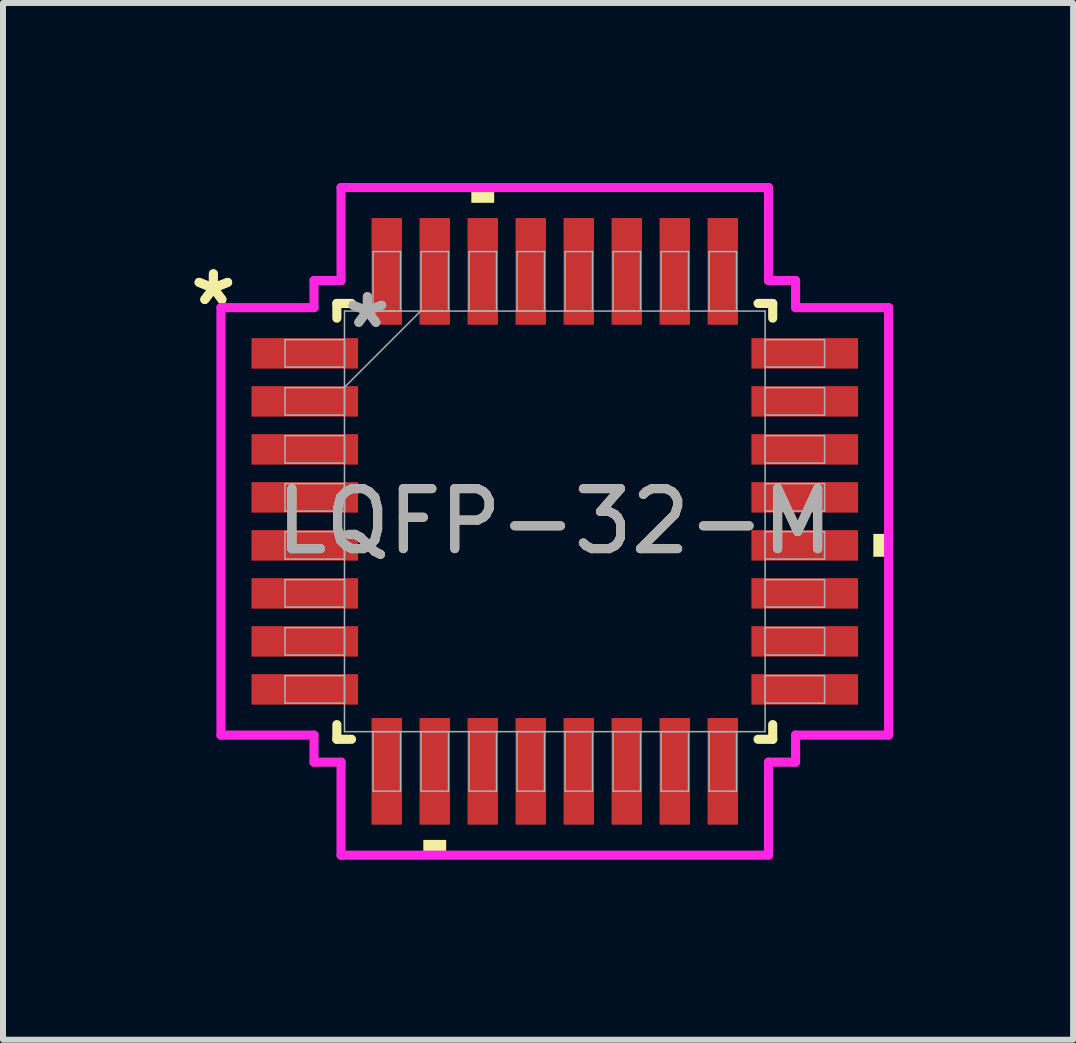
<source format=kicad_pcb>
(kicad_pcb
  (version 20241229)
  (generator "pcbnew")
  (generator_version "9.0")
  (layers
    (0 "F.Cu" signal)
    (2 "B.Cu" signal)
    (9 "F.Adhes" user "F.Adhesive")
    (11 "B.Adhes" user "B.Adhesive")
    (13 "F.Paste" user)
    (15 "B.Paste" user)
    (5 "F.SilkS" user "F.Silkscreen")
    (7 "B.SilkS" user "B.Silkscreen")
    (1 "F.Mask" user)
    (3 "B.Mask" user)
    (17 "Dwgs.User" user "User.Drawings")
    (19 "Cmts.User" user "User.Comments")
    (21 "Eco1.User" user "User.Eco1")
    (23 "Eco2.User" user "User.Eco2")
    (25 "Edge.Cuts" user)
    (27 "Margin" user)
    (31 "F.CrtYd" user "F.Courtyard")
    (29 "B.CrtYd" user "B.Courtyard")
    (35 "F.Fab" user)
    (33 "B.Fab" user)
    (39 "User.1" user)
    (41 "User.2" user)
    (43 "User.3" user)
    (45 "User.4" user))
  (footprint "LQFP-32-M"
    (layer "F.Cu")
    (at 6.196 5.639)
    (property "Reference" "LQFP-32-M" (at 0 0 0) (unlocked yes) (layer "F.SilkS") (effects (font (size 1 1) (thickness 0.15))))
    (attr smd)
    (fp_line (start -3.632 -3.632) (end -3.632 -3.387) (stroke (width 0.152) (type solid)) (layer "F.SilkS"))
    (fp_line (start -3.632 3.387) (end -3.632 3.632) (stroke (width 0.152) (type solid)) (layer "F.SilkS"))
    (fp_line (start -3.632 3.632) (end -3.387 3.632) (stroke (width 0.152) (type solid)) (layer "F.SilkS"))
    (fp_line (start -3.387 -3.632) (end -3.632 -3.632) (stroke (width 0.152) (type solid)) (layer "F.SilkS"))
    (fp_line (start 3.387 3.632) (end 3.632 3.632) (stroke (width 0.152) (type solid)) (layer "F.SilkS"))
    (fp_line (start 3.632 -3.632) (end 3.387 -3.632) (stroke (width 0.152) (type solid)) (layer "F.SilkS"))
    (fp_line (start 3.632 -3.387) (end 3.632 -3.632) (stroke (width 0.152) (type solid)) (layer "F.SilkS"))
    (fp_line (start 3.632 3.632) (end 3.632 3.387) (stroke (width 0.152) (type solid)) (layer "F.SilkS"))
    (fp_poly (pts (xy -2.191 5.309) (xy -2.191 5.563) (xy -1.81 5.563) (xy -1.81 5.309)) (stroke (width 0) (type solid)) (fill yes) (layer "F.SilkS"))
    (fp_poly (pts (xy -1.391 -5.309) (xy -1.391 -5.563) (xy -1.01 -5.563) (xy -1.01 -5.309)) (stroke (width 0) (type solid)) (fill yes) (layer "F.SilkS"))
    (fp_poly (pts (xy 5.563 0.209) (xy 5.563 0.59) (xy 5.309 0.59) (xy 5.309 0.209)) (stroke (width 0) (type solid)) (fill yes) (layer "F.SilkS"))
    (fp_line (start -5.563 -3.562) (end -4.013 -3.562) (stroke (width 0.152) (type solid)) (layer "F.CrtYd"))
    (fp_line (start -5.563 3.562) (end -5.563 -3.562) (stroke (width 0.152) (type solid)) (layer "F.CrtYd"))
    (fp_line (start -4.013 -4.013) (end -3.562 -4.013) (stroke (width 0.152) (type solid)) (layer "F.CrtYd"))
    (fp_line (start -4.013 -3.562) (end -4.013 -4.013) (stroke (width 0.152) (type solid)) (layer "F.CrtYd"))
    (fp_line (start -4.013 3.562) (end -5.563 3.562) (stroke (width 0.152) (type solid)) (layer "F.CrtYd"))
    (fp_line (start -4.013 4.013) (end -4.013 3.562) (stroke (width 0.152) (type solid)) (layer "F.CrtYd"))
    (fp_line (start -4.013 4.013) (end -3.562 4.013) (stroke (width 0.152) (type solid)) (layer "F.CrtYd"))
    (fp_line (start -3.562 -5.563) (end 3.562 -5.563) (stroke (width 0.152) (type solid)) (layer "F.CrtYd"))
    (fp_line (start -3.562 -4.013) (end -3.562 -5.563) (stroke (width 0.152) (type solid)) (layer "F.CrtYd"))
    (fp_line (start -3.562 4.013) (end -3.562 5.563) (stroke (width 0.152) (type solid)) (layer "F.CrtYd"))
    (fp_line (start -3.562 5.563) (end 3.562 5.563) (stroke (width 0.152) (type solid)) (layer "F.CrtYd"))
    (fp_line (start 3.562 -5.563) (end 3.562 -4.013) (stroke (width 0.152) (type solid)) (layer "F.CrtYd"))
    (fp_line (start 3.562 -4.013) (end 4.013 -4.013) (stroke (width 0.152) (type solid)) (layer "F.CrtYd"))
    (fp_line (start 3.562 4.013) (end 4.013 4.013) (stroke (width 0.152) (type solid)) (layer "F.CrtYd"))
    (fp_line (start 3.562 5.563) (end 3.562 4.013) (stroke (width 0.152) (type solid)) (layer "F.CrtYd"))
    (fp_line (start 4.013 -3.562) (end 4.013 -4.013) (stroke (width 0.152) (type solid)) (layer "F.CrtYd"))
    (fp_line (start 4.013 3.562) (end 5.563 3.562) (stroke (width 0.152) (type solid)) (layer "F.CrtYd"))
    (fp_line (start 4.013 4.013) (end 4.013 3.562) (stroke (width 0.152) (type solid)) (layer "F.CrtYd"))
    (fp_line (start 5.563 -3.562) (end 4.013 -3.562) (stroke (width 0.152) (type solid)) (layer "F.CrtYd"))
    (fp_line (start 5.563 3.562) (end 5.563 -3.562) (stroke (width 0.152) (type solid)) (layer "F.CrtYd"))
    (fp_line (start -4.496 -3.029) (end -4.496 -2.571) (stroke (width 0.025) (type solid)) (layer "F.Fab"))
    (fp_line (start -4.496 -2.571) (end -3.505 -2.571) (stroke (width 0.025) (type solid)) (layer "F.Fab"))
    (fp_line (start -4.496 -2.229) (end -4.496 -1.771) (stroke (width 0.025) (type solid)) (layer "F.Fab"))
    (fp_line (start -4.496 -1.771) (end -3.505 -1.771) (stroke (width 0.025) (type solid)) (layer "F.Fab"))
    (fp_line (start -4.496 -1.429) (end -4.496 -0.971) (stroke (width 0.025) (type solid)) (layer "F.Fab"))
    (fp_line (start -4.496 -0.971) (end -3.505 -0.971) (stroke (width 0.025) (type solid)) (layer "F.Fab"))
    (fp_line (start -4.496 -0.629) (end -4.496 -0.171) (stroke (width 0.025) (type solid)) (layer "F.Fab"))
    (fp_line (start -4.496 -0.171) (end -3.505 -0.171) (stroke (width 0.025) (type solid)) (layer "F.Fab"))
    (fp_line (start -4.496 0.171) (end -4.496 0.629) (stroke (width 0.025) (type solid)) (layer "F.Fab"))
    (fp_line (start -4.496 0.629) (end -3.505 0.629) (stroke (width 0.025) (type solid)) (layer "F.Fab"))
    (fp_line (start -4.496 0.971) (end -4.496 1.429) (stroke (width 0.025) (type solid)) (layer "F.Fab"))
    (fp_line (start -4.496 1.429) (end -3.505 1.429) (stroke (width 0.025) (type solid)) (layer "F.Fab"))
    (fp_line (start -4.496 1.771) (end -4.496 2.229) (stroke (width 0.025) (type solid)) (layer "F.Fab"))
    (fp_line (start -4.496 2.229) (end -3.505 2.229) (stroke (width 0.025) (type solid)) (layer "F.Fab"))
    (fp_line (start -4.496 2.571) (end -4.496 3.029) (stroke (width 0.025) (type solid)) (layer "F.Fab"))
    (fp_line (start -4.496 3.029) (end -3.505 3.029) (stroke (width 0.025) (type solid)) (layer "F.Fab"))
    (fp_line (start -3.505 -3.505) (end -3.505 3.505) (stroke (width 0.025) (type solid)) (layer "F.Fab"))
    (fp_line (start -3.505 -3.029) (end -4.496 -3.029) (stroke (width 0.025) (type solid)) (layer "F.Fab"))
    (fp_line (start -3.505 -2.571) (end -3.505 -3.029) (stroke (width 0.025) (type solid)) (layer "F.Fab"))
    (fp_line (start -3.505 -2.235) (end -2.235 -3.505) (stroke (width 0.025) (type solid)) (layer "F.Fab"))
    (fp_line (start -3.505 -2.229) (end -4.496 -2.229) (stroke (width 0.025) (type solid)) (layer "F.Fab"))
    (fp_line (start -3.505 -1.771) (end -3.505 -2.229) (stroke (width 0.025) (type solid)) (layer "F.Fab"))
    (fp_line (start -3.505 -1.429) (end -4.496 -1.429) (stroke (width 0.025) (type solid)) (layer "F.Fab"))
    (fp_line (start -3.505 -0.971) (end -3.505 -1.429) (stroke (width 0.025) (type solid)) (layer "F.Fab"))
    (fp_line (start -3.505 -0.629) (end -4.496 -0.629) (stroke (width 0.025) (type solid)) (layer "F.Fab"))
    (fp_line (start -3.505 -0.171) (end -3.505 -0.629) (stroke (width 0.025) (type solid)) (layer "F.Fab"))
    (fp_line (start -3.505 0.171) (end -4.496 0.171) (stroke (width 0.025) (type solid)) (layer "F.Fab"))
    (fp_line (start -3.505 0.629) (end -3.505 0.171) (stroke (width 0.025) (type solid)) (layer "F.Fab"))
    (fp_line (start -3.505 0.971) (end -4.496 0.971) (stroke (width 0.025) (type solid)) (layer "F.Fab"))
    (fp_line (start -3.505 1.429) (end -3.505 0.971) (stroke (width 0.025) (type solid)) (layer "F.Fab"))
    (fp_line (start -3.505 1.771) (end -4.496 1.771) (stroke (width 0.025) (type solid)) (layer "F.Fab"))
    (fp_line (start -3.505 2.229) (end -3.505 1.771) (stroke (width 0.025) (type solid)) (layer "F.Fab"))
    (fp_line (start -3.505 2.571) (end -4.496 2.571) (stroke (width 0.025) (type solid)) (layer "F.Fab"))
    (fp_line (start -3.505 3.029) (end -3.505 2.571) (stroke (width 0.025) (type solid)) (layer "F.Fab"))
    (fp_line (start -3.505 3.505) (end 3.505 3.505) (stroke (width 0.025) (type solid)) (layer "F.Fab"))
    (fp_line (start -3.029 -4.496) (end -3.029 -3.505) (stroke (width 0.025) (type solid)) (layer "F.Fab"))
    (fp_line (start -3.029 -3.505) (end -2.571 -3.505) (stroke (width 0.025) (type solid)) (layer "F.Fab"))
    (fp_line (start -3.029 3.505) (end -3.029 4.496) (stroke (width 0.025) (type solid)) (layer "F.Fab"))
    (fp_line (start -3.029 4.496) (end -2.571 4.496) (stroke (width 0.025) (type solid)) (layer "F.Fab"))
    (fp_line (start -2.571 -4.496) (end -3.029 -4.496) (stroke (width 0.025) (type solid)) (layer "F.Fab"))
    (fp_line (start -2.571 -3.505) (end -2.571 -4.496) (stroke (width 0.025) (type solid)) (layer "F.Fab"))
    (fp_line (start -2.571 3.505) (end -3.029 3.505) (stroke (width 0.025) (type solid)) (layer "F.Fab"))
    (fp_line (start -2.571 4.496) (end -2.571 3.505) (stroke (width 0.025) (type solid)) (layer "F.Fab"))
    (fp_line (start -2.229 -4.496) (end -2.229 -3.505) (stroke (width 0.025) (type solid)) (layer "F.Fab"))
    (fp_line (start -2.229 -3.505) (end -1.771 -3.505) (stroke (width 0.025) (type solid)) (layer "F.Fab"))
    (fp_line (start -2.229 3.505) (end -2.229 4.496) (stroke (width 0.025) (type solid)) (layer "F.Fab"))
    (fp_line (start -2.229 4.496) (end -1.771 4.496) (stroke (width 0.025) (type solid)) (layer "F.Fab"))
    (fp_line (start -1.771 -4.496) (end -2.229 -4.496) (stroke (width 0.025) (type solid)) (layer "F.Fab"))
    (fp_line (start -1.771 -3.505) (end -1.771 -4.496) (stroke (width 0.025) (type solid)) (layer "F.Fab"))
    (fp_line (start -1.771 3.505) (end -2.229 3.505) (stroke (width 0.025) (type solid)) (layer "F.Fab"))
    (fp_line (start -1.771 4.496) (end -1.771 3.505) (stroke (width 0.025) (type solid)) (layer "F.Fab"))
    (fp_line (start -1.429 -4.496) (end -1.429 -3.505) (stroke (width 0.025) (type solid)) (layer "F.Fab"))
    (fp_line (start -1.429 -3.505) (end -0.971 -3.505) (stroke (width 0.025) (type solid)) (layer "F.Fab"))
    (fp_line (start -1.429 3.505) (end -1.429 4.496) (stroke (width 0.025) (type solid)) (layer "F.Fab"))
    (fp_line (start -1.429 4.496) (end -0.971 4.496) (stroke (width 0.025) (type solid)) (layer "F.Fab"))
    (fp_line (start -0.971 -4.496) (end -1.429 -4.496) (stroke (width 0.025) (type solid)) (layer "F.Fab"))
    (fp_line (start -0.971 -3.505) (end -0.971 -4.496) (stroke (width 0.025) (type solid)) (layer "F.Fab"))
    (fp_line (start -0.971 3.505) (end -1.429 3.505) (stroke (width 0.025) (type solid)) (layer "F.Fab"))
    (fp_line (start -0.971 4.496) (end -0.971 3.505) (stroke (width 0.025) (type solid)) (layer "F.Fab"))
    (fp_line (start -0.629 -4.496) (end -0.629 -3.505) (stroke (width 0.025) (type solid)) (layer "F.Fab"))
    (fp_line (start -0.629 -3.505) (end -0.171 -3.505) (stroke (width 0.025) (type solid)) (layer "F.Fab"))
    (fp_line (start -0.629 3.505) (end -0.629 4.496) (stroke (width 0.025) (type solid)) (layer "F.Fab"))
    (fp_line (start -0.629 4.496) (end -0.171 4.496) (stroke (width 0.025) (type solid)) (layer "F.Fab"))
    (fp_line (start -0.171 -4.496) (end -0.629 -4.496) (stroke (width 0.025) (type solid)) (layer "F.Fab"))
    (fp_line (start -0.171 -3.505) (end -0.171 -4.496) (stroke (width 0.025) (type solid)) (layer "F.Fab"))
    (fp_line (start -0.171 3.505) (end -0.629 3.505) (stroke (width 0.025) (type solid)) (layer "F.Fab"))
    (fp_line (start -0.171 4.496) (end -0.171 3.505) (stroke (width 0.025) (type solid)) (layer "F.Fab"))
    (fp_line (start 0.171 -4.496) (end 0.171 -3.505) (stroke (width 0.025) (type solid)) (layer "F.Fab"))
    (fp_line (start 0.171 -3.505) (end 0.629 -3.505) (stroke (width 0.025) (type solid)) (layer "F.Fab"))
    (fp_line (start 0.171 3.505) (end 0.171 4.496) (stroke (width 0.025) (type solid)) (layer "F.Fab"))
    (fp_line (start 0.171 4.496) (end 0.629 4.496) (stroke (width 0.025) (type solid)) (layer "F.Fab"))
    (fp_line (start 0.629 -4.496) (end 0.171 -4.496) (stroke (width 0.025) (type solid)) (layer "F.Fab"))
    (fp_line (start 0.629 -3.505) (end 0.629 -4.496) (stroke (width 0.025) (type solid)) (layer "F.Fab"))
    (fp_line (start 0.629 3.505) (end 0.171 3.505) (stroke (width 0.025) (type solid)) (layer "F.Fab"))
    (fp_line (start 0.629 4.496) (end 0.629 3.505) (stroke (width 0.025) (type solid)) (layer "F.Fab"))
    (fp_line (start 0.971 -4.496) (end 0.971 -3.505) (stroke (width 0.025) (type solid)) (layer "F.Fab"))
    (fp_line (start 0.971 -3.505) (end 1.429 -3.505) (stroke (width 0.025) (type solid)) (layer "F.Fab"))
    (fp_line (start 0.971 3.505) (end 0.971 4.496) (stroke (width 0.025) (type solid)) (layer "F.Fab"))
    (fp_line (start 0.971 4.496) (end 1.429 4.496) (stroke (width 0.025) (type solid)) (layer "F.Fab"))
    (fp_line (start 1.429 -4.496) (end 0.971 -4.496) (stroke (width 0.025) (type solid)) (layer "F.Fab"))
    (fp_line (start 1.429 -3.505) (end 1.429 -4.496) (stroke (width 0.025) (type solid)) (layer "F.Fab"))
    (fp_line (start 1.429 3.505) (end 0.971 3.505) (stroke (width 0.025) (type solid)) (layer "F.Fab"))
    (fp_line (start 1.429 4.496) (end 1.429 3.505) (stroke (width 0.025) (type solid)) (layer "F.Fab"))
    (fp_line (start 1.771 -4.496) (end 1.771 -3.505) (stroke (width 0.025) (type solid)) (layer "F.Fab"))
    (fp_line (start 1.771 -3.505) (end 2.229 -3.505) (stroke (width 0.025) (type solid)) (layer "F.Fab"))
    (fp_line (start 1.771 3.505) (end 1.771 4.496) (stroke (width 0.025) (type solid)) (layer "F.Fab"))
    (fp_line (start 1.771 4.496) (end 2.229 4.496) (stroke (width 0.025) (type solid)) (layer "F.Fab"))
    (fp_line (start 2.229 -4.496) (end 1.771 -4.496) (stroke (width 0.025) (type solid)) (layer "F.Fab"))
    (fp_line (start 2.229 -3.505) (end 2.229 -4.496) (stroke (width 0.025) (type solid)) (layer "F.Fab"))
    (fp_line (start 2.229 3.505) (end 1.771 3.505) (stroke (width 0.025) (type solid)) (layer "F.Fab"))
    (fp_line (start 2.229 4.496) (end 2.229 3.505) (stroke (width 0.025) (type solid)) (layer "F.Fab"))
    (fp_line (start 2.571 -4.496) (end 2.571 -3.505) (stroke (width 0.025) (type solid)) (layer "F.Fab"))
    (fp_line (start 2.571 -3.505) (end 3.029 -3.505) (stroke (width 0.025) (type solid)) (layer "F.Fab"))
    (fp_line (start 2.571 3.505) (end 2.571 4.496) (stroke (width 0.025) (type solid)) (layer "F.Fab"))
    (fp_line (start 2.571 4.496) (end 3.029 4.496) (stroke (width 0.025) (type solid)) (layer "F.Fab"))
    (fp_line (start 3.029 -4.496) (end 2.571 -4.496) (stroke (width 0.025) (type solid)) (layer "F.Fab"))
    (fp_line (start 3.029 -3.505) (end 3.029 -4.496) (stroke (width 0.025) (type solid)) (layer "F.Fab"))
    (fp_line (start 3.029 3.505) (end 2.571 3.505) (stroke (width 0.025) (type solid)) (layer "F.Fab"))
    (fp_line (start 3.029 4.496) (end 3.029 3.505) (stroke (width 0.025) (type solid)) (layer "F.Fab"))
    (fp_line (start 3.505 -3.505) (end -3.505 -3.505) (stroke (width 0.025) (type solid)) (layer "F.Fab"))
    (fp_line (start 3.505 -3.029) (end 3.505 -2.571) (stroke (width 0.025) (type solid)) (layer "F.Fab"))
    (fp_line (start 3.505 -2.571) (end 4.496 -2.571) (stroke (width 0.025) (type solid)) (layer "F.Fab"))
    (fp_line (start 3.505 -2.229) (end 3.505 -1.771) (stroke (width 0.025) (type solid)) (layer "F.Fab"))
    (fp_line (start 3.505 -1.771) (end 4.496 -1.771) (stroke (width 0.025) (type solid)) (layer "F.Fab"))
    (fp_line (start 3.505 -1.429) (end 3.505 -0.971) (stroke (width 0.025) (type solid)) (layer "F.Fab"))
    (fp_line (start 3.505 -0.971) (end 4.496 -0.971) (stroke (width 0.025) (type solid)) (layer "F.Fab"))
    (fp_line (start 3.505 -0.629) (end 3.505 -0.171) (stroke (width 0.025) (type solid)) (layer "F.Fab"))
    (fp_line (start 3.505 -0.171) (end 4.496 -0.171) (stroke (width 0.025) (type solid)) (layer "F.Fab"))
    (fp_line (start 3.505 0.171) (end 3.505 0.629) (stroke (width 0.025) (type solid)) (layer "F.Fab"))
    (fp_line (start 3.505 0.629) (end 4.496 0.629) (stroke (width 0.025) (type solid)) (layer "F.Fab"))
    (fp_line (start 3.505 0.971) (end 3.505 1.429) (stroke (width 0.025) (type solid)) (layer "F.Fab"))
    (fp_line (start 3.505 1.429) (end 4.496 1.429) (stroke (width 0.025) (type solid)) (layer "F.Fab"))
    (fp_line (start 3.505 1.771) (end 3.505 2.229) (stroke (width 0.025) (type solid)) (layer "F.Fab"))
    (fp_line (start 3.505 2.229) (end 4.496 2.229) (stroke (width 0.025) (type solid)) (layer "F.Fab"))
    (fp_line (start 3.505 2.571) (end 3.505 3.029) (stroke (width 0.025) (type solid)) (layer "F.Fab"))
    (fp_line (start 3.505 3.029) (end 4.496 3.029) (stroke (width 0.025) (type solid)) (layer "F.Fab"))
    (fp_line (start 3.505 3.505) (end 3.505 -3.505) (stroke (width 0.025) (type solid)) (layer "F.Fab"))
    (fp_line (start 4.496 -3.029) (end 3.505 -3.029) (stroke (width 0.025) (type solid)) (layer "F.Fab"))
    (fp_line (start 4.496 -2.571) (end 4.496 -3.029) (stroke (width 0.025) (type solid)) (layer "F.Fab"))
    (fp_line (start 4.496 -2.229) (end 3.505 -2.229) (stroke (width 0.025) (type solid)) (layer "F.Fab"))
    (fp_line (start 4.496 -1.771) (end 4.496 -2.229) (stroke (width 0.025) (type solid)) (layer "F.Fab"))
    (fp_line (start 4.496 -1.429) (end 3.505 -1.429) (stroke (width 0.025) (type solid)) (layer "F.Fab"))
    (fp_line (start 4.496 -0.971) (end 4.496 -1.429) (stroke (width 0.025) (type solid)) (layer "F.Fab"))
    (fp_line (start 4.496 -0.629) (end 3.505 -0.629) (stroke (width 0.025) (type solid)) (layer "F.Fab"))
    (fp_line (start 4.496 -0.171) (end 4.496 -0.629) (stroke (width 0.025) (type solid)) (layer "F.Fab"))
    (fp_line (start 4.496 0.171) (end 3.505 0.171) (stroke (width 0.025) (type solid)) (layer "F.Fab"))
    (fp_line (start 4.496 0.629) (end 4.496 0.171) (stroke (width 0.025) (type solid)) (layer "F.Fab"))
    (fp_line (start 4.496 0.971) (end 3.505 0.971) (stroke (width 0.025) (type solid)) (layer "F.Fab"))
    (fp_line (start 4.496 1.429) (end 4.496 0.971) (stroke (width 0.025) (type solid)) (layer "F.Fab"))
    (fp_line (start 4.496 1.771) (end 3.505 1.771) (stroke (width 0.025) (type solid)) (layer "F.Fab"))
    (fp_line (start 4.496 2.229) (end 4.496 1.771) (stroke (width 0.025) (type solid)) (layer "F.Fab"))
    (fp_line (start 4.496 2.571) (end 3.505 2.571) (stroke (width 0.025) (type solid)) (layer "F.Fab"))
    (fp_line (start 4.496 3.029) (end 4.496 2.571) (stroke (width 0.025) (type solid)) (layer "F.Fab"))
    (fp_text user "*" (at -5.69 -3.581 0) (layer "F.SilkS") (effects (font (size 1 1) (thickness 0.15))))
    (fp_text user "*" (at -5.69 -3.581 0) (unlocked yes) (layer "F.SilkS") (effects (font (size 1 1) (thickness 0.15))))
    (fp_text user "${REFERENCE}" (at 0 0 0) (unlocked yes) (layer "F.Fab") (effects (font (size 1 1) (thickness 0.15))))
    (fp_text user "*" (at -3.124 -3.2 0) (layer "F.Fab") (effects (font (size 1 1) (thickness 0.15))))
    (fp_text user "*" (at -3.124 -3.2 0) (unlocked yes) (layer "F.Fab") (effects (font (size 1 1) (thickness 0.15))))
    (pad "1" smd rect (at -4.166 -2.8 90) (size 0.508 1.778) (layers "F.Cu" "F.Mask" "F.Paste"))
    (pad "2" smd rect (at -4.166 -2 90) (size 0.508 1.778) (layers "F.Cu" "F.Mask" "F.Paste"))
    (pad "3" smd rect (at -4.166 -1.2 90) (size 0.508 1.778) (layers "F.Cu" "F.Mask" "F.Paste"))
    (pad "4" smd rect (at -4.166 -0.4 90) (size 0.508 1.778) (layers "F.Cu" "F.Mask" "F.Paste"))
    (pad "5" smd rect (at -4.166 0.4 90) (size 0.508 1.778) (layers "F.Cu" "F.Mask" "F.Paste"))
    (pad "6" smd rect (at -4.166 1.2 90) (size 0.508 1.778) (layers "F.Cu" "F.Mask" "F.Paste"))
    (pad "7" smd rect (at -4.166 2 90) (size 0.508 1.778) (layers "F.Cu" "F.Mask" "F.Paste"))
    (pad "8" smd rect (at -4.166 2.8 90) (size 0.508 1.778) (layers "F.Cu" "F.Mask" "F.Paste"))
    (pad "9" smd rect (at -2.8 4.166) (size 0.508 1.778) (layers "F.Cu" "F.Mask" "F.Paste"))
    (pad "10" smd rect (at -2 4.166) (size 0.508 1.778) (layers "F.Cu" "F.Mask" "F.Paste"))
    (pad "11" smd rect (at -1.2 4.166) (size 0.508 1.778) (layers "F.Cu" "F.Mask" "F.Paste"))
    (pad "12" smd rect (at -0.4 4.166) (size 0.508 1.778) (layers "F.Cu" "F.Mask" "F.Paste"))
    (pad "13" smd rect (at 0.4 4.166) (size 0.508 1.778) (layers "F.Cu" "F.Mask" "F.Paste"))
    (pad "14" smd rect (at 1.2 4.166) (size 0.508 1.778) (layers "F.Cu" "F.Mask" "F.Paste"))
    (pad "15" smd rect (at 2 4.166) (size 0.508 1.778) (layers "F.Cu" "F.Mask" "F.Paste"))
    (pad "16" smd rect (at 2.8 4.166) (size 0.508 1.778) (layers "F.Cu" "F.Mask" "F.Paste"))
    (pad "17" smd rect (at 4.166 2.8 90) (size 0.508 1.778) (layers "F.Cu" "F.Mask" "F.Paste"))
    (pad "18" smd rect (at 4.166 2 90) (size 0.508 1.778) (layers "F.Cu" "F.Mask" "F.Paste"))
    (pad "19" smd rect (at 4.166 1.2 90) (size 0.508 1.778) (layers "F.Cu" "F.Mask" "F.Paste"))
    (pad "20" smd rect (at 4.166 0.4 90) (size 0.508 1.778) (layers "F.Cu" "F.Mask" "F.Paste"))
    (pad "21" smd rect (at 4.166 -0.4 90) (size 0.508 1.778) (layers "F.Cu" "F.Mask" "F.Paste"))
    (pad "22" smd rect (at 4.166 -1.2 90) (size 0.508 1.778) (layers "F.Cu" "F.Mask" "F.Paste"))
    (pad "23" smd rect (at 4.166 -2 90) (size 0.508 1.778) (layers "F.Cu" "F.Mask" "F.Paste"))
    (pad "24" smd rect (at 4.166 -2.8 90) (size 0.508 1.778) (layers "F.Cu" "F.Mask" "F.Paste"))
    (pad "25" smd rect (at 2.8 -4.166) (size 0.508 1.778) (layers "F.Cu" "F.Mask" "F.Paste"))
    (pad "26" smd rect (at 2 -4.166) (size 0.508 1.778) (layers "F.Cu" "F.Mask" "F.Paste"))
    (pad "27" smd rect (at 1.2 -4.166) (size 0.508 1.778) (layers "F.Cu" "F.Mask" "F.Paste"))
    (pad "28" smd rect (at 0.4 -4.166) (size 0.508 1.778) (layers "F.Cu" "F.Mask" "F.Paste"))
    (pad "29" smd rect (at -0.4 -4.166) (size 0.508 1.778) (layers "F.Cu" "F.Mask" "F.Paste"))
    (pad "30" smd rect (at -1.2 -4.166) (size 0.508 1.778) (layers "F.Cu" "F.Mask" "F.Paste"))
    (pad "31" smd rect (at -2 -4.166) (size 0.508 1.778) (layers "F.Cu" "F.Mask" "F.Paste"))
    (pad "32" smd rect (at -2.8 -4.166) (size 0.508 1.778) (layers "F.Cu" "F.Mask" "F.Paste")))
  (gr_rect
    (start -3 -3)
    (end 14.834 14.278)
    (stroke (width 0.1) (type default))
    (fill no)
    (layer "Edge.Cuts")))
</source>
